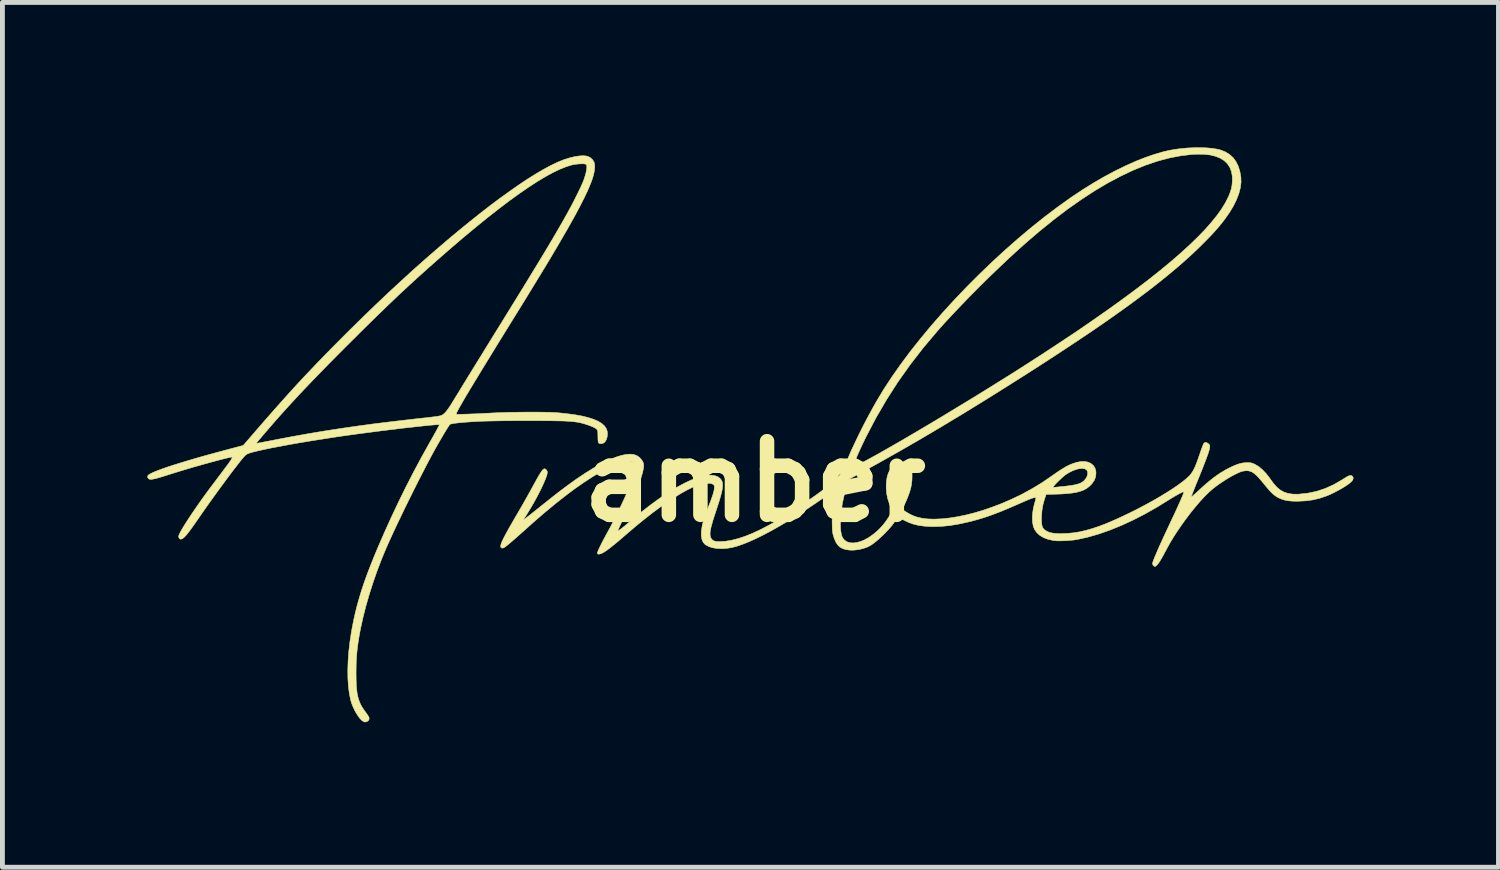
<source format=kicad_pcb>
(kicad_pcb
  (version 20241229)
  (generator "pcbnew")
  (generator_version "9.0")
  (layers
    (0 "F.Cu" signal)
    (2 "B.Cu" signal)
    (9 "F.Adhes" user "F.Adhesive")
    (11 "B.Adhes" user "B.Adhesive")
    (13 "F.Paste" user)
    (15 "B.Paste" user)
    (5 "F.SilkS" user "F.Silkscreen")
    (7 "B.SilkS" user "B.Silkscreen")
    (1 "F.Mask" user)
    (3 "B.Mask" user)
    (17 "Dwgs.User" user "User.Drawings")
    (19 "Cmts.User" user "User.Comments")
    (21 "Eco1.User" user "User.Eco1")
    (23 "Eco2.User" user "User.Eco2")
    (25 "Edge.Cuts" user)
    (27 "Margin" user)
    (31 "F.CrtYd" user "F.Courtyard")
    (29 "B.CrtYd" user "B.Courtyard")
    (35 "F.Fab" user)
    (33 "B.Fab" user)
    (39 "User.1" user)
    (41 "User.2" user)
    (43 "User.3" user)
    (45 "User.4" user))
  (footprint "amber"
    (layer "F.Cu")
    (at 12.568 6.914)
    (property "Reference" "amber" (at 0 0 0) (layer "F.SilkS") (effects (font (size 1.524 1.524) (thickness 0.3))))
    (attr through_hole)
    (fp_poly (pts (xy -3.492 -6.737) (xy -3.451 -6.727) (xy -3.4 -6.701) (xy -3.358 -6.662) (xy -3.329 -6.616) (xy -3.322 -6.599) (xy -3.314 -6.559) (xy -3.311 -6.514) (xy -3.314 -6.463) (xy -3.323 -6.406) (xy -3.337 -6.343) (xy -3.358 -6.272) (xy -3.386 -6.194) (xy -3.421 -6.107) (xy -3.462 -6.011) (xy -3.512 -5.906) (xy -3.569 -5.791) (xy -3.634 -5.665) (xy -3.707 -5.528) (xy -3.789 -5.38) (xy -3.88 -5.219) (xy -3.98 -5.046) (xy -4.089 -4.859) (xy -4.208 -4.658) (xy -4.337 -4.443) (xy -4.477 -4.214) (xy -4.627 -3.968) (xy -4.787 -3.707) (xy -4.888 -3.544) (xy -5.039 -3.3) (xy -5.18 -3.072) (xy -5.31 -2.862) (xy -5.429 -2.667) (xy -5.539 -2.488) (xy -5.64 -2.324) (xy -5.73 -2.175) (xy -5.812 -2.04) (xy -5.885 -1.92) (xy -5.949 -1.813) (xy -6.004 -1.72) (xy -6.051 -1.639) (xy -6.09 -1.571) (xy -6.122 -1.515) (xy -6.145 -1.471) (xy -6.162 -1.438) (xy -6.171 -1.417) (xy -6.172 -1.413) (xy -6.18 -1.389) (xy -5.947 -1.395) (xy -5.87 -1.398) (xy -5.779 -1.401) (xy -5.679 -1.406) (xy -5.578 -1.411) (xy -5.481 -1.416) (xy -5.425 -1.419) (xy -5.331 -1.423) (xy -5.224 -1.427) (xy -5.108 -1.431) (xy -4.986 -1.433) (xy -4.86 -1.435) (xy -4.733 -1.436) (xy -4.608 -1.436) (xy -4.487 -1.436) (xy -4.375 -1.435) (xy -4.273 -1.433) (xy -4.184 -1.43) (xy -4.112 -1.426) (xy -4.084 -1.424) (xy -3.896 -1.405) (xy -3.727 -1.383) (xy -3.577 -1.356) (xy -3.446 -1.324) (xy -3.335 -1.288) (xy -3.242 -1.248) (xy -3.167 -1.202) (xy -3.111 -1.152) (xy -3.073 -1.097) (xy -3.052 -1.037) (xy -3.048 -0.994) (xy -3.054 -0.926) (xy -3.07 -0.869) (xy -3.096 -0.824) (xy -3.13 -0.795) (xy -3.171 -0.783) (xy -3.178 -0.782) (xy -3.204 -0.784) (xy -3.223 -0.791) (xy -3.235 -0.806) (xy -3.242 -0.833) (xy -3.245 -0.874) (xy -3.246 -0.932) (xy -3.246 -0.935) (xy -3.247 -0.988) (xy -3.248 -1.024) (xy -3.252 -1.048) (xy -3.257 -1.064) (xy -3.266 -1.076) (xy -3.267 -1.077) (xy -3.29 -1.098) (xy -3.326 -1.119) (xy -3.375 -1.141) (xy -3.441 -1.166) (xy -3.464 -1.174) (xy -3.534 -1.196) (xy -3.6 -1.214) (xy -3.666 -1.227) (xy -3.739 -1.237) (xy -3.823 -1.245) (xy -3.892 -1.249) (xy -3.945 -1.252) (xy -4.016 -1.254) (xy -4.103 -1.255) (xy -4.203 -1.257) (xy -4.315 -1.258) (xy -4.435 -1.259) (xy -4.561 -1.259) (xy -4.692 -1.259) (xy -4.824 -1.259) (xy -4.956 -1.259) (xy -5.086 -1.258) (xy -5.21 -1.257) (xy -5.327 -1.255) (xy -5.434 -1.253) (xy -5.529 -1.251) (xy -5.583 -1.25) (xy -5.697 -1.245) (xy -5.807 -1.24) (xy -5.911 -1.233) (xy -6.008 -1.226) (xy -6.094 -1.218) (xy -6.169 -1.21) (xy -6.23 -1.202) (xy -6.275 -1.193) (xy -6.303 -1.185) (xy -6.31 -1.18) (xy -6.322 -1.165) (xy -6.342 -1.134) (xy -6.37 -1.091) (xy -6.402 -1.037) (xy -6.439 -0.977) (xy -6.477 -0.911) (xy -6.517 -0.843) (xy -6.556 -0.776) (xy -6.593 -0.711) (xy -6.626 -0.652) (xy -6.627 -0.65) (xy -6.705 -0.506) (xy -6.789 -0.347) (xy -6.877 -0.176) (xy -6.969 0.003) (xy -7.062 0.188) (xy -7.155 0.376) (xy -7.247 0.563) (xy -7.335 0.747) (xy -7.42 0.924) (xy -7.498 1.092) (xy -7.569 1.248) (xy -7.62 1.361) (xy -7.718 1.596) (xy -7.811 1.839) (xy -7.898 2.088) (xy -7.978 2.338) (xy -8.049 2.586) (xy -8.11 2.828) (xy -8.161 3.061) (xy -8.189 3.214) (xy -8.212 3.361) (xy -8.229 3.496) (xy -8.24 3.627) (xy -8.247 3.76) (xy -8.25 3.904) (xy -8.25 3.954) (xy -8.249 4.088) (xy -8.245 4.203) (xy -8.237 4.304) (xy -8.226 4.392) (xy -8.209 4.469) (xy -8.187 4.539) (xy -8.16 4.604) (xy -8.126 4.667) (xy -8.085 4.729) (xy -8.062 4.76) (xy -8.034 4.799) (xy -8.009 4.835) (xy -7.991 4.863) (xy -7.984 4.876) (xy -7.979 4.913) (xy -7.992 4.944) (xy -8.016 4.963) (xy -8.046 4.975) (xy -8.071 4.976) (xy -8.094 4.968) (xy -8.128 4.946) (xy -8.166 4.908) (xy -8.205 4.857) (xy -8.245 4.795) (xy -8.283 4.727) (xy -8.316 4.655) (xy -8.344 4.583) (xy -8.361 4.526) (xy -8.389 4.392) (xy -8.408 4.242) (xy -8.419 4.077) (xy -8.421 3.9) (xy -8.415 3.714) (xy -8.401 3.519) (xy -8.378 3.32) (xy -8.347 3.116) (xy -8.335 3.049) (xy -8.304 2.888) (xy -8.269 2.729) (xy -8.23 2.572) (xy -8.185 2.413) (xy -8.136 2.251) (xy -8.08 2.083) (xy -8.017 1.909) (xy -7.946 1.725) (xy -7.868 1.53) (xy -7.78 1.321) (xy -7.682 1.097) (xy -7.674 1.077) (xy -7.524 0.746) (xy -7.373 0.426) (xy -7.219 0.113) (xy -7.059 -0.198) (xy -6.89 -0.514) (xy -6.709 -0.838) (xy -6.698 -0.856) (xy -6.657 -0.929) (xy -6.62 -0.996) (xy -6.587 -1.055) (xy -6.561 -1.105) (xy -6.541 -1.143) (xy -6.529 -1.167) (xy -6.526 -1.175) (xy -6.539 -1.177) (xy -6.571 -1.176) (xy -6.619 -1.173) (xy -6.684 -1.168) (xy -6.763 -1.16) (xy -6.855 -1.151) (xy -6.958 -1.14) (xy -7.071 -1.127) (xy -7.193 -1.114) (xy -7.322 -1.099) (xy -7.456 -1.082) (xy -7.594 -1.066) (xy -7.736 -1.048) (xy -7.878 -1.03) (xy -8.02 -1.011) (xy -8.161 -0.993) (xy -8.298 -0.974) (xy -8.431 -0.956) (xy -8.55 -0.939) (xy -8.731 -0.912) (xy -8.911 -0.884) (xy -9.088 -0.856) (xy -9.261 -0.828) (xy -9.428 -0.8) (xy -9.589 -0.772) (xy -9.741 -0.744) (xy -9.883 -0.717) (xy -10.015 -0.692) (xy -10.134 -0.667) (xy -10.239 -0.644) (xy -10.33 -0.623) (xy -10.403 -0.604) (xy -10.459 -0.587) (xy -10.488 -0.576) (xy -10.509 -0.566) (xy -10.53 -0.551) (xy -10.553 -0.53) (xy -10.581 -0.499) (xy -10.617 -0.456) (xy -10.639 -0.43) (xy -10.701 -0.35) (xy -10.773 -0.257) (xy -10.853 -0.152) (xy -10.938 -0.037) (xy -11.028 0.084) (xy -11.119 0.209) (xy -11.21 0.335) (xy -11.3 0.46) (xy -11.386 0.582) (xy -11.466 0.697) (xy -11.511 0.762) (xy -11.579 0.861) (xy -11.638 0.944) (xy -11.687 1.012) (xy -11.73 1.067) (xy -11.765 1.111) (xy -11.796 1.143) (xy -11.821 1.167) (xy -11.844 1.182) (xy -11.848 1.184) (xy -11.878 1.194) (xy -11.901 1.185) (xy -11.917 1.161) (xy -11.922 1.145) (xy -11.921 1.126) (xy -11.911 1.1) (xy -11.899 1.072) (xy -11.875 1.025) (xy -11.839 0.964) (xy -11.794 0.89) (xy -11.74 0.806) (xy -11.68 0.714) (xy -11.613 0.615) (xy -11.542 0.512) (xy -11.468 0.406) (xy -11.392 0.3) (xy -11.316 0.196) (xy -11.272 0.137) (xy -11.22 0.068) (xy -11.162 -0.009) (xy -11.103 -0.088) (xy -11.046 -0.163) (xy -10.997 -0.228) (xy -10.994 -0.232) (xy -10.935 -0.311) (xy -10.887 -0.376) (xy -10.852 -0.427) (xy -10.828 -0.465) (xy -10.815 -0.49) (xy -10.813 -0.503) (xy -10.814 -0.505) (xy -10.826 -0.505) (xy -10.857 -0.5) (xy -10.902 -0.49) (xy -10.962 -0.476) (xy -11.034 -0.458) (xy -11.117 -0.436) (xy -11.207 -0.412) (xy -11.305 -0.385) (xy -11.407 -0.357) (xy -11.512 -0.327) (xy -11.619 -0.297) (xy -11.724 -0.266) (xy -11.827 -0.235) (xy -11.926 -0.205) (xy -12.019 -0.177) (xy -12.104 -0.15) (xy -12.11 -0.147) (xy -12.217 -0.114) (xy -12.305 -0.087) (xy -12.377 -0.067) (xy -12.434 -0.053) (xy -12.478 -0.046) (xy -12.508 -0.045) (xy -12.519 -0.046) (xy -12.548 -0.061) (xy -12.563 -0.085) (xy -12.561 -0.115) (xy -12.558 -0.122) (xy -12.539 -0.141) (xy -12.501 -0.164) (xy -12.444 -0.191) (xy -12.369 -0.222) (xy -12.276 -0.257) (xy -12.167 -0.295) (xy -12.04 -0.337) (xy -11.898 -0.381) (xy -11.741 -0.429) (xy -11.568 -0.48) (xy -11.381 -0.533) (xy -11.18 -0.588) (xy -10.966 -0.646) (xy -10.812 -0.687) (xy -10.585 -0.747) (xy -10.544 -0.794) (xy -10.309 -0.794) (xy -10.307 -0.792) (xy -10.302 -0.792) (xy -10.298 -0.792) (xy -10.285 -0.794) (xy -10.254 -0.8) (xy -10.207 -0.808) (xy -10.148 -0.82) (xy -10.077 -0.833) (xy -9.998 -0.848) (xy -9.913 -0.865) (xy -9.895 -0.869) (xy -9.566 -0.931) (xy -9.236 -0.99) (xy -8.901 -1.046) (xy -8.558 -1.099) (xy -8.206 -1.15) (xy -7.841 -1.199) (xy -7.461 -1.245) (xy -7.064 -1.291) (xy -7.021 -1.296) (xy -6.905 -1.309) (xy -6.808 -1.319) (xy -6.727 -1.329) (xy -6.661 -1.337) (xy -6.609 -1.343) (xy -6.567 -1.349) (xy -6.535 -1.355) (xy -6.511 -1.36) (xy -6.493 -1.365) (xy -6.479 -1.37) (xy -6.468 -1.376) (xy -6.464 -1.378) (xy -6.431 -1.402) (xy -6.395 -1.438) (xy -6.356 -1.488) (xy -6.311 -1.553) (xy -6.27 -1.618) (xy -6.249 -1.652) (xy -6.219 -1.701) (xy -6.182 -1.761) (xy -6.14 -1.829) (xy -6.095 -1.903) (xy -6.049 -1.979) (xy -6.023 -2.022) (xy -5.991 -2.073) (xy -5.95 -2.14) (xy -5.9 -2.221) (xy -5.843 -2.314) (xy -5.779 -2.418) (xy -5.709 -2.53) (xy -5.635 -2.65) (xy -5.558 -2.776) (xy -5.478 -2.905) (xy -5.397 -3.037) (xy -5.315 -3.169) (xy -5.273 -3.236) (xy -5.134 -3.462) (xy -5.004 -3.672) (xy -4.884 -3.867) (xy -4.773 -4.047) (xy -4.67 -4.215) (xy -4.576 -4.37) (xy -4.488 -4.513) (xy -4.407 -4.647) (xy -4.332 -4.771) (xy -4.263 -4.887) (xy -4.198 -4.996) (xy -4.138 -5.099) (xy -4.081 -5.196) (xy -4.027 -5.289) (xy -3.976 -5.378) (xy -3.927 -5.466) (xy -3.881 -5.547) (xy -3.834 -5.633) (xy -3.785 -5.724) (xy -3.737 -5.817) (xy -3.691 -5.909) (xy -3.647 -5.998) (xy -3.608 -6.079) (xy -3.575 -6.151) (xy -3.55 -6.21) (xy -3.536 -6.245) (xy -3.512 -6.319) (xy -3.493 -6.388) (xy -3.481 -6.45) (xy -3.476 -6.501) (xy -3.477 -6.539) (xy -3.487 -6.561) (xy -3.506 -6.569) (xy -3.541 -6.574) (xy -3.587 -6.574) (xy -3.64 -6.572) (xy -3.697 -6.566) (xy -3.752 -6.558) (xy -3.791 -6.549) (xy -3.907 -6.513) (xy -4.036 -6.461) (xy -4.177 -6.393) (xy -4.331 -6.309) (xy -4.498 -6.209) (xy -4.677 -6.093) (xy -4.868 -5.961) (xy -5.072 -5.814) (xy -5.288 -5.65) (xy -5.517 -5.471) (xy -5.759 -5.275) (xy -6.013 -5.064) (xy -6.279 -4.837) (xy -6.558 -4.594) (xy -6.599 -4.558) (xy -6.741 -4.432) (xy -6.875 -4.312) (xy -7.003 -4.197) (xy -7.126 -4.084) (xy -7.247 -3.972) (xy -7.369 -3.859) (xy -7.491 -3.742) (xy -7.618 -3.621) (xy -7.75 -3.493) (xy -7.89 -3.357) (xy -8.039 -3.21) (xy -8.2 -3.051) (xy -8.248 -3.002) (xy -8.453 -2.799) (xy -8.643 -2.608) (xy -8.821 -2.428) (xy -8.988 -2.257) (xy -9.144 -2.096) (xy -9.292 -1.941) (xy -9.432 -1.793) (xy -9.565 -1.649) (xy -9.694 -1.508) (xy -9.818 -1.37) (xy -9.94 -1.232) (xy -10.06 -1.093) (xy -10.14 -1.001) (xy -10.193 -0.938) (xy -10.234 -0.89) (xy -10.265 -0.854) (xy -10.287 -0.828) (xy -10.3 -0.81) (xy -10.307 -0.8) (xy -10.309 -0.794) (xy -10.544 -0.794) (xy -10.304 -1.072) (xy -10.112 -1.293) (xy -9.929 -1.501) (xy -9.753 -1.699) (xy -9.583 -1.888) (xy -9.414 -2.072) (xy -9.244 -2.253) (xy -9.072 -2.434) (xy -8.894 -2.618) (xy -8.707 -2.808) (xy -8.51 -3.006) (xy -8.34 -3.175) (xy -8.086 -3.424) (xy -7.833 -3.668) (xy -7.582 -3.906) (xy -7.331 -4.138) (xy -7.084 -4.364) (xy -6.839 -4.582) (xy -6.598 -4.792) (xy -6.361 -4.995) (xy -6.13 -5.188) (xy -5.903 -5.373) (xy -5.684 -5.548) (xy -5.471 -5.713) (xy -5.265 -5.867) (xy -5.067 -6.009) (xy -4.879 -6.141) (xy -4.7 -6.26) (xy -4.53 -6.366) (xy -4.372 -6.459) (xy -4.224 -6.538) (xy -4.089 -6.604) (xy -3.966 -6.654) (xy -3.942 -6.663) (xy -3.836 -6.696) (xy -3.735 -6.721) (xy -3.643 -6.736) (xy -3.561 -6.742) (xy -3.492 -6.737)) (stroke (width 0.01) (type solid)) (fill yes) (layer "F.SilkS"))
    (fp_poly (pts (xy 9.346 -6.905) (xy 9.458 -6.895) (xy 9.556 -6.88) (xy 9.632 -6.863) (xy 9.734 -6.823) (xy 9.822 -6.77) (xy 9.897 -6.703) (xy 9.957 -6.622) (xy 10.005 -6.525) (xy 10.039 -6.414) (xy 10.059 -6.302) (xy 10.063 -6.195) (xy 10.049 -6.08) (xy 10.017 -5.959) (xy 9.968 -5.831) (xy 9.903 -5.699) (xy 9.821 -5.563) (xy 9.727 -5.43) (xy 9.669 -5.354) (xy 9.61 -5.282) (xy 9.548 -5.21) (xy 9.48 -5.134) (xy 9.402 -5.052) (xy 9.327 -4.975) (xy 9.191 -4.84) (xy 9.047 -4.703) (xy 8.894 -4.564) (xy 8.731 -4.422) (xy 8.557 -4.277) (xy 8.372 -4.127) (xy 8.176 -3.974) (xy 7.967 -3.816) (xy 7.745 -3.652) (xy 7.51 -3.483) (xy 7.26 -3.307) (xy 6.995 -3.125) (xy 6.714 -2.936) (xy 6.417 -2.739) (xy 6.103 -2.533) (xy 5.795 -2.334) (xy 5.301 -2.02) (xy 4.818 -1.717) (xy 4.347 -1.427) (xy 3.888 -1.15) (xy 3.441 -0.885) (xy 3.006 -0.634) (xy 2.586 -0.397) (xy 2.3 -0.239) (xy 2.221 -0.195) (xy 2.148 -0.155) (xy 2.082 -0.119) (xy 2.026 -0.089) (xy 1.982 -0.064) (xy 1.951 -0.046) (xy 1.934 -0.037) (xy 1.933 -0.036) (xy 1.928 -0.024) (xy 1.919 0.005) (xy 1.908 0.047) (xy 1.894 0.1) (xy 1.88 0.159) (xy 1.864 0.222) (xy 1.85 0.286) (xy 1.836 0.347) (xy 1.824 0.402) (xy 1.815 0.448) (xy 1.81 0.473) (xy 1.792 0.598) (xy 1.779 0.716) (xy 1.773 0.827) (xy 1.773 0.927) (xy 1.779 1.015) (xy 1.791 1.089) (xy 1.809 1.146) (xy 1.817 1.163) (xy 1.856 1.212) (xy 1.906 1.246) (xy 1.966 1.266) (xy 2.034 1.271) (xy 2.11 1.262) (xy 2.191 1.24) (xy 2.275 1.205) (xy 2.361 1.157) (xy 2.448 1.096) (xy 2.534 1.024) (xy 2.59 0.97) (xy 2.638 0.917) (xy 2.685 0.86) (xy 2.728 0.801) (xy 2.766 0.745) (xy 2.795 0.695) (xy 2.813 0.655) (xy 2.815 0.648) (xy 2.82 0.615) (xy 2.819 0.579) (xy 2.81 0.536) (xy 2.792 0.48) (xy 2.784 0.457) (xy 2.75 0.351) (xy 2.729 0.25) (xy 2.72 0.147) (xy 2.72 0.102) (xy 2.721 0.07) (xy 2.886 0.07) (xy 2.887 0.142) (xy 2.892 0.209) (xy 2.9 0.265) (xy 2.9 0.266) (xy 2.912 0.313) (xy 2.926 0.353) (xy 2.94 0.382) (xy 2.953 0.396) (xy 2.955 0.396) (xy 2.964 0.388) (xy 2.977 0.365) (xy 2.99 0.338) (xy 3.015 0.272) (xy 3.035 0.201) (xy 3.05 0.127) (xy 3.059 0.053) (xy 3.064 -0.017) (xy 3.062 -0.082) (xy 3.055 -0.137) (xy 3.042 -0.181) (xy 3.024 -0.209) (xy 3.01 -0.218) (xy 2.986 -0.217) (xy 2.961 -0.199) (xy 2.937 -0.167) (xy 2.916 -0.122) (xy 2.9 -0.069) (xy 2.896 -0.052) (xy 2.889 0.003) (xy 2.886 0.07) (xy 2.721 0.07) (xy 2.725 -0.009) (xy 2.741 -0.104) (xy 2.767 -0.184) (xy 2.803 -0.247) (xy 2.825 -0.274) (xy 2.872 -0.31) (xy 2.93 -0.337) (xy 2.994 -0.354) (xy 3.059 -0.362) (xy 3.121 -0.358) (xy 3.173 -0.342) (xy 3.192 -0.332) (xy 3.217 -0.309) (xy 3.234 -0.28) (xy 3.246 -0.24) (xy 3.253 -0.185) (xy 3.255 -0.115) (xy 3.255 -0.112) (xy 3.253 -0.027) (xy 3.244 0.053) (xy 3.229 0.132) (xy 3.205 0.216) (xy 3.172 0.307) (xy 3.129 0.411) (xy 3.118 0.434) (xy 3.097 0.483) (xy 3.079 0.524) (xy 3.066 0.556) (xy 3.059 0.574) (xy 3.058 0.577) (xy 3.066 0.586) (xy 3.089 0.602) (xy 3.121 0.623) (xy 3.16 0.646) (xy 3.201 0.67) (xy 3.241 0.691) (xy 3.248 0.695) (xy 3.343 0.732) (xy 3.453 0.758) (xy 3.577 0.774) (xy 3.713 0.778) (xy 3.861 0.772) (xy 4.019 0.756) (xy 4.185 0.73) (xy 4.358 0.695) (xy 4.537 0.65) (xy 4.72 0.596) (xy 4.906 0.532) (xy 5.094 0.461) (xy 5.281 0.381) (xy 5.468 0.293) (xy 5.553 0.25) (xy 5.756 0.138) (xy 5.787 0.119) (xy 6.172 0.119) (xy 6.174 0.122) (xy 6.187 0.121) (xy 6.216 0.118) (xy 6.26 0.114) (xy 6.313 0.108) (xy 6.374 0.102) (xy 6.381 0.102) (xy 6.483 0.09) (xy 6.568 0.078) (xy 6.637 0.065) (xy 6.693 0.05) (xy 6.739 0.033) (xy 6.776 0.012) (xy 6.808 -0.012) (xy 6.82 -0.024) (xy 6.856 -0.068) (xy 6.879 -0.116) (xy 6.889 -0.163) (xy 6.886 -0.205) (xy 6.868 -0.239) (xy 6.864 -0.243) (xy 6.828 -0.263) (xy 6.779 -0.271) (xy 6.72 -0.267) (xy 6.653 -0.251) (xy 6.581 -0.224) (xy 6.506 -0.187) (xy 6.44 -0.146) (xy 6.41 -0.124) (xy 6.375 -0.094) (xy 6.336 -0.059) (xy 6.297 -0.022) (xy 6.259 0.015) (xy 6.225 0.051) (xy 6.198 0.081) (xy 6.179 0.105) (xy 6.172 0.119) (xy 5.787 0.119) (xy 5.951 0.019) (xy 6.126 -0.101) (xy 6.226 -0.171) (xy 6.313 -0.23) (xy 6.39 -0.278) (xy 6.458 -0.317) (xy 6.522 -0.348) (xy 6.583 -0.372) (xy 6.643 -0.392) (xy 6.655 -0.396) (xy 6.743 -0.413) (xy 6.823 -0.415) (xy 6.894 -0.402) (xy 6.955 -0.375) (xy 7.003 -0.336) (xy 7.038 -0.285) (xy 7.057 -0.222) (xy 7.061 -0.175) (xy 7.052 -0.094) (xy 7.023 -0.02) (xy 6.974 0.049) (xy 6.969 0.055) (xy 6.921 0.102) (xy 6.868 0.142) (xy 6.809 0.175) (xy 6.741 0.201) (xy 6.663 0.222) (xy 6.572 0.238) (xy 6.466 0.25) (xy 6.344 0.258) (xy 6.258 0.261) (xy 6.028 0.267) (xy 5.995 0.368) (xy 5.964 0.479) (xy 5.944 0.59) (xy 5.935 0.708) (xy 5.933 0.773) (xy 5.935 0.844) (xy 5.941 0.898) (xy 5.952 0.94) (xy 5.971 0.972) (xy 5.998 0.999) (xy 6.032 1.022) (xy 6.071 1.042) (xy 6.114 1.057) (xy 6.164 1.067) (xy 6.224 1.074) (xy 6.299 1.077) (xy 6.348 1.077) (xy 6.468 1.073) (xy 6.589 1.062) (xy 6.712 1.043) (xy 6.84 1.014) (xy 6.973 0.977) (xy 7.114 0.93) (xy 7.265 0.873) (xy 7.427 0.804) (xy 7.601 0.725) (xy 7.788 0.635) (xy 7.948 0.554) (xy 8.103 0.472) (xy 8.252 0.39) (xy 8.393 0.308) (xy 8.524 0.228) (xy 8.645 0.151) (xy 8.753 0.077) (xy 8.848 0.008) (xy 8.926 -0.056) (xy 8.988 -0.113) (xy 8.995 -0.12) (xy 9.026 -0.157) (xy 9.056 -0.2) (xy 9.085 -0.252) (xy 9.114 -0.313) (xy 9.144 -0.388) (xy 9.177 -0.478) (xy 9.21 -0.574) (xy 9.231 -0.636) (xy 9.251 -0.692) (xy 9.269 -0.739) (xy 9.284 -0.774) (xy 9.294 -0.794) (xy 9.296 -0.796) (xy 9.322 -0.81) (xy 9.353 -0.805) (xy 9.387 -0.783) (xy 9.395 -0.776) (xy 9.412 -0.756) (xy 9.417 -0.735) (xy 9.415 -0.707) (xy 9.411 -0.682) (xy 9.404 -0.653) (xy 9.393 -0.617) (xy 9.379 -0.573) (xy 9.36 -0.521) (xy 9.337 -0.457) (xy 9.308 -0.382) (xy 9.274 -0.294) (xy 9.233 -0.191) (xy 9.185 -0.072) (xy 9.14 0.037) (xy 9.112 0.106) (xy 9.087 0.169) (xy 9.066 0.223) (xy 9.049 0.266) (xy 9.037 0.296) (xy 9.032 0.309) (xy 9.032 0.31) (xy 9.036 0.313) (xy 9.05 0.305) (xy 9.073 0.287) (xy 9.108 0.257) (xy 9.156 0.214) (xy 9.2 0.173) (xy 9.318 0.065) (xy 9.428 -0.027) (xy 9.532 -0.107) (xy 9.633 -0.176) (xy 9.734 -0.237) (xy 9.812 -0.278) (xy 9.901 -0.321) (xy 9.978 -0.352) (xy 10.046 -0.374) (xy 10.11 -0.386) (xy 10.172 -0.391) (xy 10.186 -0.391) (xy 10.232 -0.391) (xy 10.265 -0.387) (xy 10.295 -0.38) (xy 10.328 -0.366) (xy 10.359 -0.351) (xy 10.43 -0.308) (xy 10.504 -0.246) (xy 10.577 -0.17) (xy 10.647 -0.082) (xy 10.668 -0.051) (xy 10.737 0.043) (xy 10.806 0.119) (xy 10.876 0.177) (xy 10.951 0.219) (xy 11.034 0.246) (xy 11.126 0.26) (xy 11.23 0.262) (xy 11.257 0.261) (xy 11.446 0.241) (xy 11.629 0.202) (xy 11.808 0.142) (xy 11.982 0.063) (xy 12.152 -0.035) (xy 12.152 -0.035) (xy 12.209 -0.072) (xy 12.253 -0.098) (xy 12.285 -0.115) (xy 12.31 -0.124) (xy 12.329 -0.126) (xy 12.346 -0.122) (xy 12.352 -0.12) (xy 12.377 -0.099) (xy 12.384 -0.07) (xy 12.375 -0.036) (xy 12.354 -0.006) (xy 12.32 0.026) (xy 12.271 0.063) (xy 12.21 0.104) (xy 12.14 0.146) (xy 12.063 0.189) (xy 11.985 0.23) (xy 11.907 0.267) (xy 11.833 0.298) (xy 11.829 0.299) (xy 11.691 0.346) (xy 11.554 0.379) (xy 11.411 0.399) (xy 11.258 0.407) (xy 11.218 0.408) (xy 11.124 0.406) (xy 11.044 0.399) (xy 10.976 0.387) (xy 10.914 0.369) (xy 10.853 0.344) (xy 10.848 0.341) (xy 10.805 0.319) (xy 10.765 0.292) (xy 10.725 0.26) (xy 10.683 0.22) (xy 10.636 0.169) (xy 10.582 0.105) (xy 10.545 0.06) (xy 10.48 -0.019) (xy 10.424 -0.082) (xy 10.375 -0.132) (xy 10.331 -0.169) (xy 10.291 -0.196) (xy 10.253 -0.212) (xy 10.214 -0.221) (xy 10.177 -0.224) (xy 10.134 -0.22) (xy 10.089 -0.212) (xy 10.071 -0.207) (xy 10.008 -0.182) (xy 9.933 -0.146) (xy 9.85 -0.101) (xy 9.762 -0.049) (xy 9.673 0.009) (xy 9.586 0.068) (xy 9.505 0.129) (xy 9.484 0.146) (xy 9.402 0.217) (xy 9.312 0.306) (xy 9.217 0.408) (xy 9.119 0.523) (xy 9.018 0.647) (xy 8.917 0.781) (xy 8.817 0.92) (xy 8.72 1.064) (xy 8.715 1.072) (xy 8.683 1.121) (xy 8.654 1.167) (xy 8.625 1.215) (xy 8.595 1.266) (xy 8.562 1.324) (xy 8.525 1.393) (xy 8.481 1.474) (xy 8.447 1.538) (xy 8.404 1.613) (xy 8.366 1.674) (xy 8.332 1.719) (xy 8.303 1.747) (xy 8.281 1.758) (xy 8.28 1.758) (xy 8.26 1.75) (xy 8.245 1.735) (xy 8.233 1.713) (xy 8.23 1.698) (xy 8.234 1.677) (xy 8.247 1.638) (xy 8.268 1.584) (xy 8.297 1.515) (xy 8.332 1.432) (xy 8.374 1.336) (xy 8.423 1.229) (xy 8.477 1.111) (xy 8.536 0.985) (xy 8.599 0.85) (xy 8.635 0.774) (xy 8.674 0.692) (xy 8.712 0.61) (xy 8.749 0.529) (xy 8.783 0.453) (xy 8.814 0.384) (xy 8.84 0.324) (xy 8.859 0.277) (xy 8.872 0.244) (xy 8.874 0.236) (xy 8.876 0.217) (xy 8.869 0.213) (xy 8.852 0.218) (xy 8.822 0.232) (xy 8.781 0.254) (xy 8.733 0.28) (xy 8.681 0.31) (xy 8.628 0.341) (xy 8.578 0.373) (xy 8.57 0.378) (xy 8.32 0.532) (xy 8.071 0.673) (xy 7.823 0.8) (xy 7.579 0.912) (xy 7.34 1.009) (xy 7.106 1.09) (xy 6.88 1.154) (xy 6.675 1.199) (xy 6.605 1.21) (xy 6.525 1.218) (xy 6.441 1.224) (xy 6.359 1.227) (xy 6.282 1.228) (xy 6.217 1.225) (xy 6.181 1.221) (xy 6.07 1.196) (xy 5.975 1.16) (xy 5.896 1.113) (xy 5.833 1.055) (xy 5.787 0.987) (xy 5.765 0.931) (xy 5.748 0.848) (xy 5.743 0.753) (xy 5.75 0.649) (xy 5.767 0.54) (xy 5.796 0.43) (xy 5.797 0.426) (xy 5.809 0.385) (xy 5.815 0.354) (xy 5.815 0.336) (xy 5.814 0.334) (xy 5.8 0.331) (xy 5.77 0.336) (xy 5.725 0.351) (xy 5.664 0.374) (xy 5.586 0.408) (xy 5.539 0.428) (xy 5.372 0.502) (xy 5.22 0.567) (xy 5.081 0.624) (xy 4.951 0.674) (xy 4.829 0.718) (xy 4.711 0.757) (xy 4.595 0.791) (xy 4.478 0.823) (xy 4.415 0.838) (xy 4.219 0.881) (xy 4.036 0.911) (xy 3.864 0.928) (xy 3.7 0.933) (xy 3.628 0.932) (xy 3.5 0.923) (xy 3.387 0.907) (xy 3.284 0.882) (xy 3.188 0.848) (xy 3.092 0.803) (xy 3.082 0.798) (xy 3.042 0.777) (xy 3.007 0.762) (xy 2.98 0.753) (xy 2.973 0.752) (xy 2.959 0.755) (xy 2.943 0.768) (xy 2.923 0.792) (xy 2.896 0.83) (xy 2.89 0.839) (xy 2.841 0.906) (xy 2.778 0.981) (xy 2.706 1.058) (xy 2.628 1.134) (xy 2.549 1.205) (xy 2.473 1.268) (xy 2.408 1.315) (xy 2.333 1.355) (xy 2.245 1.386) (xy 2.149 1.409) (xy 2.051 1.42) (xy 1.972 1.42) (xy 1.888 1.409) (xy 1.818 1.388) (xy 1.761 1.356) (xy 1.713 1.309) (xy 1.674 1.248) (xy 1.642 1.169) (xy 1.618 1.088) (xy 1.611 1.054) (xy 1.606 1.013) (xy 1.603 0.961) (xy 1.602 0.895) (xy 1.601 0.838) (xy 1.602 0.754) (xy 1.606 0.678) (xy 1.612 0.607) (xy 1.622 0.534) (xy 1.635 0.455) (xy 1.654 0.365) (xy 1.666 0.308) (xy 1.677 0.257) (xy 1.685 0.214) (xy 1.689 0.181) (xy 1.69 0.163) (xy 1.689 0.161) (xy 1.679 0.165) (xy 1.655 0.178) (xy 1.62 0.2) (xy 1.576 0.229) (xy 1.527 0.263) (xy 1.524 0.266) (xy 1.313 0.413) (xy 1.106 0.553) (xy 0.906 0.683) (xy 0.712 0.804) (xy 0.526 0.914) (xy 0.348 1.015) (xy 0.18 1.104) (xy 0.022 1.182) (xy -0.124 1.248) (xy -0.259 1.301) (xy -0.38 1.342) (xy -0.478 1.367) (xy -0.585 1.384) (xy -0.688 1.39) (xy -0.786 1.385) (xy -0.875 1.37) (xy -0.952 1.345) (xy -1.015 1.311) (xy -1.038 1.293) (xy -1.074 1.247) (xy -1.097 1.185) (xy -1.107 1.109) (xy -1.104 1.018) (xy -1.091 0.934) (xy -1.08 0.881) (xy -1.066 0.826) (xy -1.049 0.767) (xy -1.026 0.7) (xy -0.998 0.622) (xy -0.963 0.53) (xy -0.95 0.498) (xy -0.917 0.414) (xy -0.892 0.345) (xy -0.872 0.289) (xy -0.858 0.242) (xy -0.847 0.201) (xy -0.84 0.164) (xy -0.838 0.151) (xy -0.835 0.109) (xy -0.841 0.079) (xy -0.86 0.059) (xy -0.893 0.045) (xy -0.944 0.036) (xy -0.95 0.036) (xy -1.017 0.036) (xy -1.097 0.05) (xy -1.189 0.079) (xy -1.293 0.122) (xy -1.407 0.179) (xy -1.531 0.248) (xy -1.664 0.33) (xy -1.806 0.424) (xy -1.956 0.529) (xy -2.114 0.646) (xy -2.277 0.774) (xy -2.447 0.912) (xy -2.621 1.06) (xy -2.647 1.082) (xy -2.754 1.175) (xy -2.847 1.254) (xy -2.928 1.32) (xy -2.997 1.375) (xy -3.056 1.419) (xy -3.106 1.453) (xy -3.147 1.477) (xy -3.18 1.493) (xy -3.208 1.5) (xy -3.21 1.501) (xy -3.238 1.503) (xy -3.253 1.497) (xy -3.257 1.489) (xy -3.256 1.472) (xy -3.244 1.439) (xy -3.223 1.39) (xy -3.193 1.328) (xy -3.156 1.253) (xy -3.11 1.167) (xy -3.059 1.072) (xy -2.992 0.95) (xy -2.927 0.824) (xy -2.863 0.697) (xy -2.801 0.57) (xy -2.742 0.445) (xy -2.686 0.324) (xy -2.635 0.209) (xy -2.59 0.102) (xy -2.551 0.003) (xy -2.518 -0.084) (xy -2.494 -0.158) (xy -2.478 -0.217) (xy -2.473 -0.245) (xy -2.473 -0.298) (xy -2.485 -0.346) (xy -2.508 -0.383) (xy -2.533 -0.403) (xy -2.574 -0.414) (xy -2.631 -0.414) (xy -2.701 -0.403) (xy -2.783 -0.381) (xy -2.875 -0.348) (xy -2.977 -0.305) (xy -3.043 -0.274) (xy -3.197 -0.193) (xy -3.361 -0.096) (xy -3.536 0.018) (xy -3.721 0.147) (xy -3.916 0.293) (xy -4.12 0.454) (xy -4.333 0.63) (xy -4.554 0.82) (xy -4.735 0.982) (xy -4.819 1.057) (xy -4.898 1.127) (xy -4.971 1.191) (xy -5.035 1.247) (xy -5.09 1.293) (xy -5.134 1.329) (xy -5.165 1.353) (xy -5.173 1.359) (xy -5.207 1.376) (xy -5.231 1.377) (xy -5.245 1.37) (xy -5.255 1.359) (xy -5.258 1.342) (xy -5.256 1.319) (xy -5.248 1.288) (xy -5.233 1.249) (xy -5.21 1.199) (xy -5.18 1.139) (xy -5.141 1.066) (xy -5.094 0.981) (xy -5.037 0.881) (xy -4.97 0.765) (xy -4.921 0.681) (xy -4.871 0.595) (xy -4.819 0.506) (xy -4.768 0.416) (xy -4.719 0.329) (xy -4.675 0.25) (xy -4.637 0.183) (xy -4.618 0.147) (xy -4.564 0.049) (xy -4.519 -0.033) (xy -4.481 -0.1) (xy -4.45 -0.153) (xy -4.424 -0.194) (xy -4.403 -0.224) (xy -4.385 -0.245) (xy -4.37 -0.257) (xy -4.357 -0.263) (xy -4.349 -0.264) (xy -4.326 -0.255) (xy -4.305 -0.232) (xy -4.293 -0.206) (xy -4.293 -0.178) (xy -4.302 -0.135) (xy -4.321 -0.078) (xy -4.348 -0.01) (xy -4.383 0.069) (xy -4.424 0.157) (xy -4.472 0.251) (xy -4.524 0.35) (xy -4.581 0.452) (xy -4.641 0.556) (xy -4.699 0.65) (xy -4.732 0.704) (xy -4.756 0.742) (xy -4.772 0.768) (xy -4.781 0.783) (xy -4.784 0.791) (xy -4.784 0.792) (xy -4.781 0.791) (xy -4.779 0.79) (xy -4.766 0.78) (xy -4.74 0.76) (xy -4.701 0.729) (xy -4.652 0.691) (xy -4.594 0.645) (xy -4.53 0.594) (xy -4.461 0.539) (xy -4.39 0.482) (xy -4.317 0.424) (xy -4.281 0.395) (xy -4.071 0.229) (xy -3.871 0.079) (xy -3.683 -0.056) (xy -3.506 -0.174) (xy -3.34 -0.277) (xy -3.186 -0.364) (xy -3.044 -0.434) (xy -2.995 -0.456) (xy -2.87 -0.506) (xy -2.758 -0.541) (xy -2.659 -0.561) (xy -2.573 -0.567) (xy -2.498 -0.558) (xy -2.435 -0.534) (xy -2.383 -0.496) (xy -2.368 -0.481) (xy -2.336 -0.441) (xy -2.314 -0.405) (xy -2.301 -0.367) (xy -2.298 -0.325) (xy -2.303 -0.273) (xy -2.316 -0.209) (xy -2.326 -0.169) (xy -2.362 -0.049) (xy -2.409 0.086) (xy -2.47 0.236) (xy -2.543 0.401) (xy -2.628 0.582) (xy -2.669 0.665) (xy -2.716 0.76) (xy -2.755 0.841) (xy -2.787 0.909) (xy -2.811 0.961) (xy -2.826 0.998) (xy -2.832 1.019) (xy -2.832 1.022) (xy -2.822 1.018) (xy -2.798 1.002) (xy -2.761 0.974) (xy -2.713 0.936) (xy -2.654 0.888) (xy -2.587 0.832) (xy -2.511 0.769) (xy -2.474 0.737) (xy -2.321 0.611) (xy -2.163 0.489) (xy -2.005 0.373) (xy -1.85 0.266) (xy -1.701 0.171) (xy -1.594 0.109) (xy -1.453 0.033) (xy -1.321 -0.029) (xy -1.199 -0.076) (xy -1.087 -0.109) (xy -0.987 -0.128) (xy -0.899 -0.132) (xy -0.823 -0.121) (xy -0.76 -0.096) (xy -0.723 -0.068) (xy -0.699 -0.042) (xy -0.681 -0.013) (xy -0.67 0.021) (xy -0.665 0.062) (xy -0.666 0.11) (xy -0.674 0.169) (xy -0.689 0.239) (xy -0.712 0.322) (xy -0.741 0.421) (xy -0.778 0.535) (xy -0.792 0.577) (xy -0.83 0.693) (xy -0.862 0.792) (xy -0.886 0.876) (xy -0.905 0.946) (xy -0.917 1.004) (xy -0.924 1.052) (xy -0.925 1.092) (xy -0.921 1.125) (xy -0.913 1.154) (xy -0.907 1.168) (xy -0.884 1.202) (xy -0.853 1.225) (xy -0.811 1.238) (xy -0.754 1.243) (xy -0.726 1.243) (xy -0.607 1.236) (xy -0.481 1.215) (xy -0.346 1.181) (xy -0.203 1.134) (xy -0.051 1.073) (xy 0.111 0.998) (xy 0.283 0.909) (xy 0.466 0.806) (xy 0.661 0.688) (xy 0.868 0.555) (xy 1.046 0.434) (xy 1.174 0.346) (xy 1.285 0.268) (xy 1.382 0.197) (xy 1.465 0.133) (xy 1.538 0.076) (xy 1.6 0.023) (xy 1.653 -0.027) (xy 1.677 -0.05) (xy 1.719 -0.093) (xy 1.753 -0.132) (xy 1.783 -0.17) (xy 1.809 -0.21) (xy 1.833 -0.256) (xy 1.859 -0.311) (xy 1.867 -0.33) (xy 2.053 -0.33) (xy 2.059 -0.316) (xy 2.064 -0.315) (xy 2.077 -0.319) (xy 2.104 -0.332) (xy 2.143 -0.351) (xy 2.189 -0.374) (xy 2.219 -0.39) (xy 2.323 -0.445) (xy 2.442 -0.51) (xy 2.576 -0.584) (xy 2.723 -0.668) (xy 2.882 -0.759) (xy 3.051 -0.856) (xy 3.229 -0.961) (xy 3.415 -1.07) (xy 3.607 -1.184) (xy 3.804 -1.302) (xy 4.005 -1.423) (xy 4.208 -1.546) (xy 4.413 -1.67) (xy 4.617 -1.795) (xy 4.819 -1.92) (xy 5.018 -2.044) (xy 5.213 -2.166) (xy 5.403 -2.285) (xy 5.585 -2.401) (xy 5.603 -2.413) (xy 5.988 -2.661) (xy 6.354 -2.902) (xy 6.702 -3.134) (xy 7.03 -3.36) (xy 7.341 -3.578) (xy 7.633 -3.789) (xy 7.907 -3.992) (xy 8.163 -4.188) (xy 8.4 -4.377) (xy 8.62 -4.559) (xy 8.821 -4.734) (xy 9.005 -4.902) (xy 9.171 -5.063) (xy 9.32 -5.217) (xy 9.45 -5.365) (xy 9.564 -5.506) (xy 9.66 -5.64) (xy 9.738 -5.768) (xy 9.8 -5.89) (xy 9.806 -5.904) (xy 9.837 -5.982) (xy 9.859 -6.052) (xy 9.873 -6.119) (xy 9.881 -6.192) (xy 9.882 -6.209) (xy 9.881 -6.318) (xy 9.863 -6.417) (xy 9.829 -6.503) (xy 9.778 -6.578) (xy 9.712 -6.641) (xy 9.629 -6.692) (xy 9.531 -6.731) (xy 9.417 -6.758) (xy 9.288 -6.772) (xy 9.144 -6.773) (xy 9.045 -6.768) (xy 8.812 -6.74) (xy 8.574 -6.694) (xy 8.331 -6.629) (xy 8.082 -6.544) (xy 7.828 -6.441) (xy 7.569 -6.318) (xy 7.304 -6.177) (xy 7.033 -6.016) (xy 6.757 -5.836) (xy 6.474 -5.637) (xy 6.186 -5.418) (xy 5.892 -5.18) (xy 5.629 -4.955) (xy 5.448 -4.794) (xy 5.259 -4.62) (xy 5.064 -4.436) (xy 4.865 -4.245) (xy 4.667 -4.05) (xy 4.471 -3.853) (xy 4.281 -3.657) (xy 4.099 -3.465) (xy 3.927 -3.28) (xy 3.783 -3.119) (xy 3.491 -2.773) (xy 3.217 -2.42) (xy 2.961 -2.059) (xy 2.724 -1.689) (xy 2.504 -1.31) (xy 2.3 -0.92) (xy 2.216 -0.745) (xy 2.165 -0.634) (xy 2.123 -0.541) (xy 2.092 -0.464) (xy 2.07 -0.403) (xy 2.057 -0.359) (xy 2.053 -0.33) (xy 1.867 -0.33) (xy 1.888 -0.379) (xy 1.915 -0.446) (xy 1.959 -0.553) (xy 2.013 -0.675) (xy 2.075 -0.807) (xy 2.143 -0.948) (xy 2.215 -1.094) (xy 2.291 -1.242) (xy 2.369 -1.389) (xy 2.447 -1.532) (xy 2.517 -1.655) (xy 2.667 -1.906) (xy 2.836 -2.163) (xy 3.02 -2.425) (xy 3.219 -2.692) (xy 3.432 -2.96) (xy 3.656 -3.23) (xy 3.892 -3.499) (xy 4.136 -3.766) (xy 4.389 -4.031) (xy 4.649 -4.291) (xy 4.913 -4.545) (xy 5.182 -4.792) (xy 5.454 -5.031) (xy 5.726 -5.26) (xy 5.999 -5.478) (xy 6.271 -5.683) (xy 6.539 -5.875) (xy 6.804 -6.051) (xy 7.012 -6.18) (xy 7.232 -6.308) (xy 7.45 -6.424) (xy 7.664 -6.529) (xy 7.873 -6.623) (xy 8.075 -6.703) (xy 8.268 -6.77) (xy 8.451 -6.823) (xy 8.58 -6.853) (xy 8.702 -6.874) (xy 8.831 -6.891) (xy 8.963 -6.902) (xy 9.095 -6.908) (xy 9.224 -6.909) (xy 9.346 -6.905)) (stroke (width 0.01) (type solid)) (fill yes) (layer "F.SilkS")))
  (gr_rect
    (start -3 -3)
    (end 27.957 14.895)
    (stroke (width 0.1) (type default))
    (fill no)
    (layer "Edge.Cuts")))
</source>
